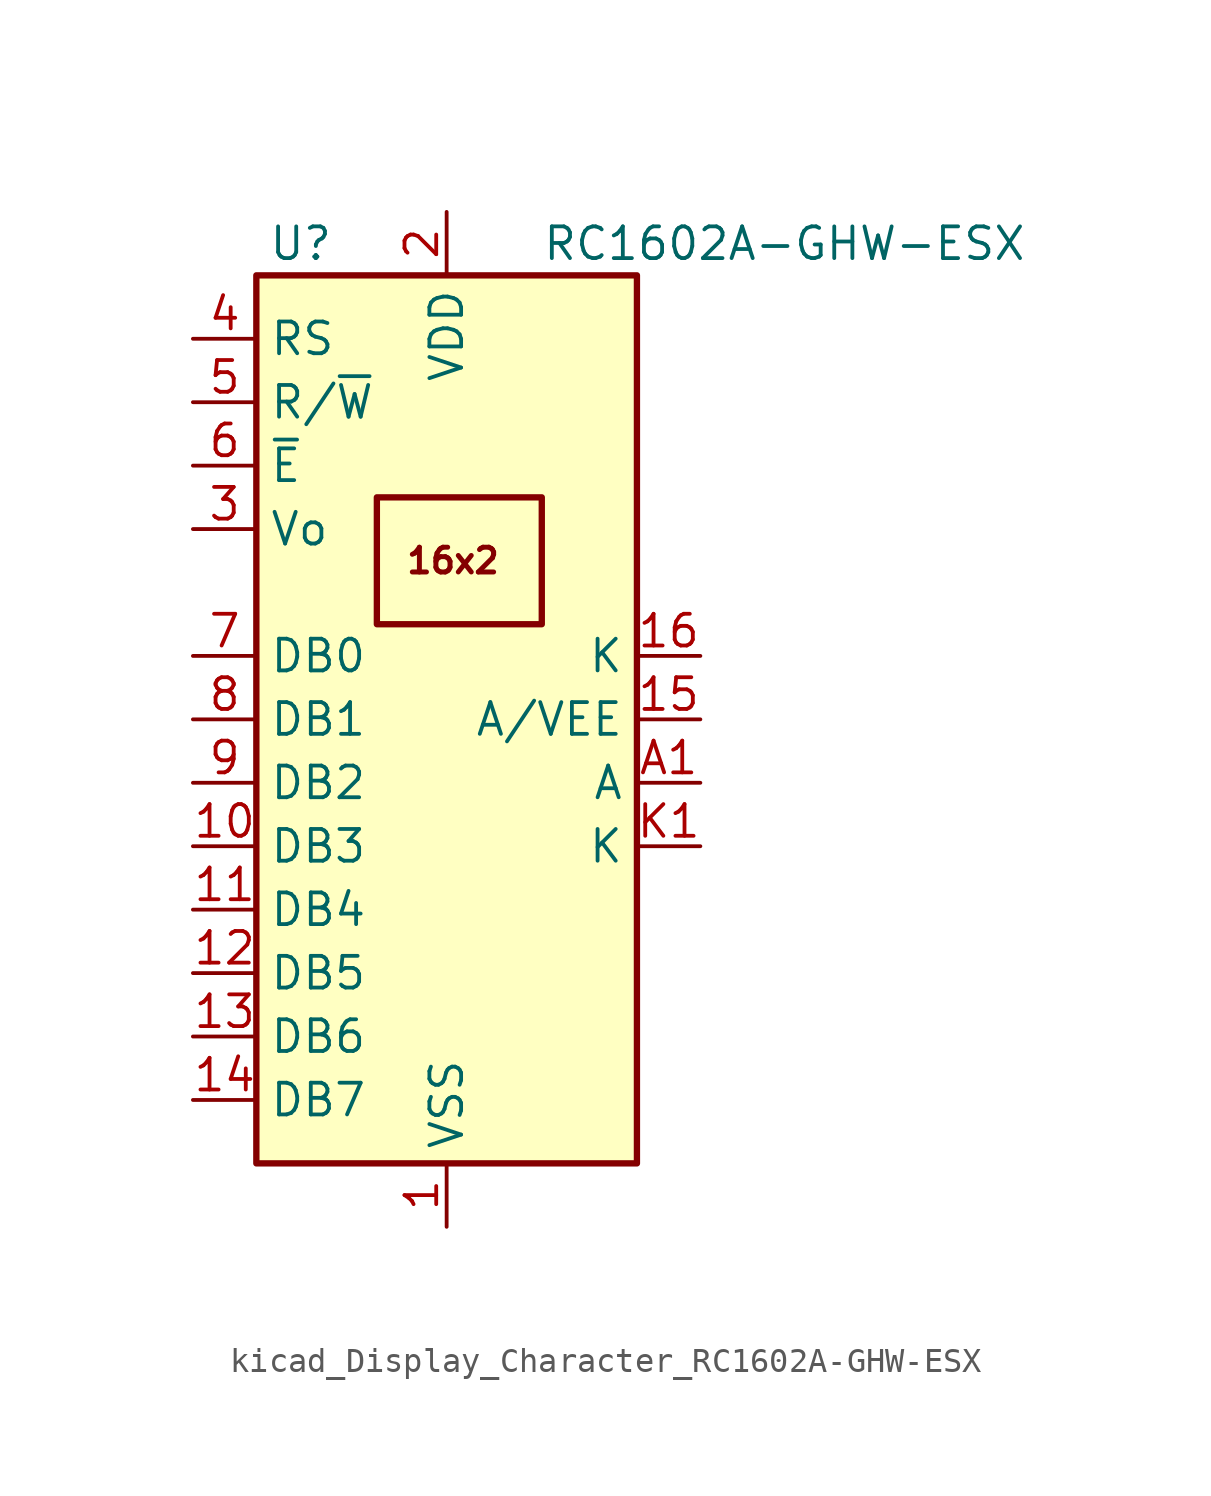
<source format=kicad_sym>
(kicad_symbol_lib
  (version 20220914)
  (generator kicad_symbol_editor)
  (symbol "kicad_Display_Character_RC1602A-GHW-ESX"
    (property "Reference" "U"
      (at -5.842 19.05 0)
      (effects (font (size 1.27 1.27))))
    (property "Value" "RC1602A-GHW-ESX"
      (at 3.81 19.05 0)
      (effects (font (size 1.27 1.27)) (justify left)))
    (symbol "kicad_Display_Character_RC1602A-GHW-ESX_0_0"
      (rectangle (start -2.794 8.89) (end 3.81 3.81) (stroke (width 0.254) (type default)) (fill (type background)))
      (text "16x2" (at 0.254 6.35 0) (effects (font (size 0.991 0.991) bold))))
    (symbol "kicad_Display_Character_RC1602A-GHW-ESX_0_1"
      (rectangle (start -7.62 17.78) (end 7.62 -17.78) (stroke (width 0.254) (type default)) (fill (type background))))
    (symbol "kicad_Display_Character_RC1602A-GHW-ESX_1_1"
      (pin power_in line (at 0 -20.32 90) (length 2.54) (name "VSS" (effects (font (size 1.27 1.27)))) (number "1" (effects (font (size 1.27 1.27)))))
      (pin bidirectional line (at -10.16 -5.08 0) (length 2.54) (name "DB3" (effects (font (size 1.27 1.27)))) (number "10" (effects (font (size 1.27 1.27)))))
      (pin bidirectional line (at -10.16 -7.62 0) (length 2.54) (name "DB4" (effects (font (size 1.27 1.27)))) (number "11" (effects (font (size 1.27 1.27)))))
      (pin bidirectional line (at -10.16 -10.16 0) (length 2.54) (name "DB5" (effects (font (size 1.27 1.27)))) (number "12" (effects (font (size 1.27 1.27)))))
      (pin bidirectional line (at -10.16 -12.7 0) (length 2.54) (name "DB6" (effects (font (size 1.27 1.27)))) (number "13" (effects (font (size 1.27 1.27)))))
      (pin bidirectional line (at -10.16 -15.24 0) (length 2.54) (name "DB7" (effects (font (size 1.27 1.27)))) (number "14" (effects (font (size 1.27 1.27)))))
      (pin passive line (at 10.16 0 180) (length 2.54) (name "A/VEE" (effects (font (size 1.27 1.27)))) (number "15" (effects (font (size 1.27 1.27)))))
      (pin passive line (at 10.16 2.54 180) (length 2.54) (name "K" (effects (font (size 1.27 1.27)))) (number "16" (effects (font (size 1.27 1.27)))))
      (pin power_in line (at 0 20.32 270) (length 2.54) (name "VDD" (effects (font (size 1.27 1.27)))) (number "2" (effects (font (size 1.27 1.27)))))
      (pin input line (at -10.16 7.62 0) (length 2.54) (name "Vo" (effects (font (size 1.27 1.27)))) (number "3" (effects (font (size 1.27 1.27)))))
      (pin input line (at -10.16 15.24 0) (length 2.54) (name "RS" (effects (font (size 1.27 1.27)))) (number "4" (effects (font (size 1.27 1.27)))))
      (pin input line (at -10.16 12.7 0) (length 2.54) (name "R/~{W}" (effects (font (size 1.27 1.27)))) (number "5" (effects (font (size 1.27 1.27)))))
      (pin input line (at -10.16 10.16 0) (length 2.54) (name "~{E}" (effects (font (size 1.27 1.27)))) (number "6" (effects (font (size 1.27 1.27)))))
      (pin bidirectional line (at -10.16 2.54 0) (length 2.54) (name "DB0" (effects (font (size 1.27 1.27)))) (number "7" (effects (font (size 1.27 1.27)))))
      (pin bidirectional line (at -10.16 0 0) (length 2.54) (name "DB1" (effects (font (size 1.27 1.27)))) (number "8" (effects (font (size 1.27 1.27)))))
      (pin bidirectional line (at -10.16 -2.54 0) (length 2.54) (name "DB2" (effects (font (size 1.27 1.27)))) (number "9" (effects (font (size 1.27 1.27)))))
      (pin passive line (at 10.16 -2.54 180) (length 2.54) (name "A" (effects (font (size 1.27 1.27)))) (number "A1" (effects (font (size 1.27 1.27)))))
      (pin passive line (at 10.16 -5.08 180) (length 2.54) (name "K" (effects (font (size 1.27 1.27)))) (number "K1" (effects (font (size 1.27 1.27))))))))
</source>
